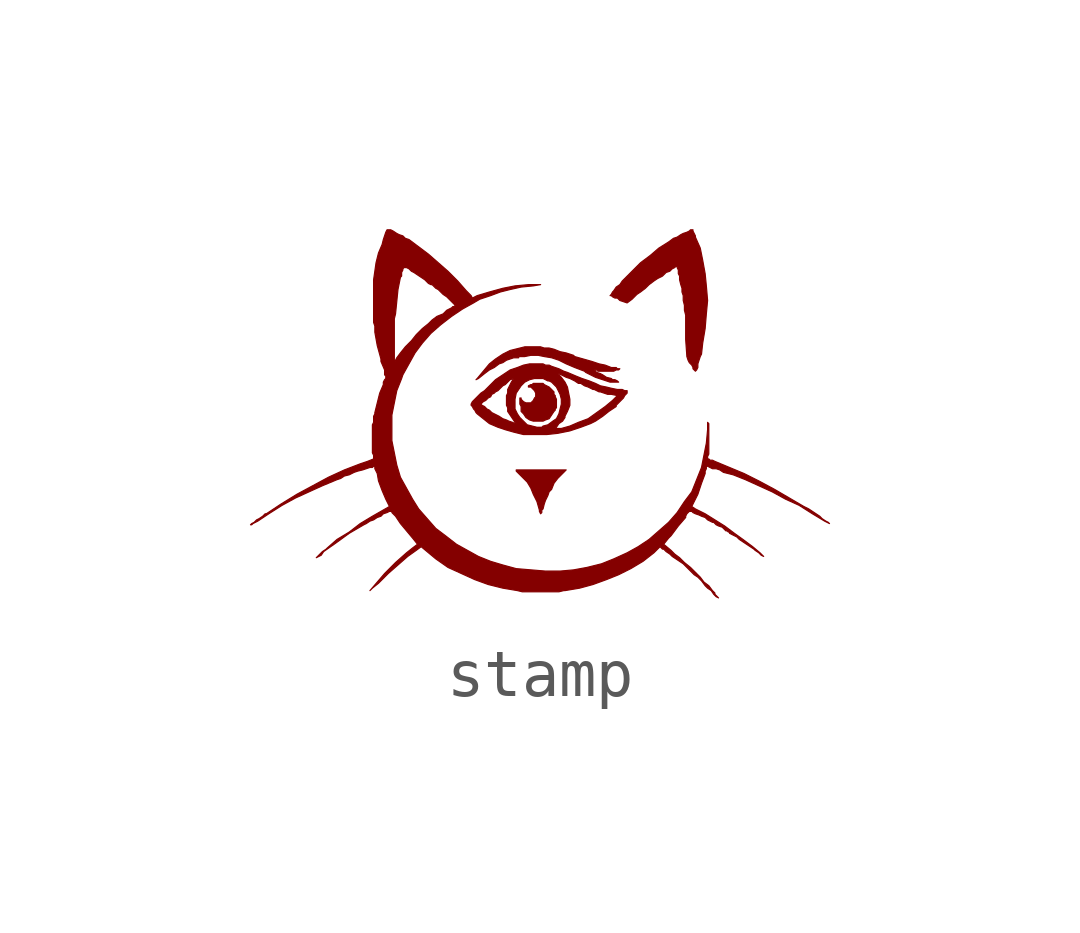
<source format=kicad_sym>
(kicad_symbol_lib
  (version 20231120)
  (generator "kicad_symbol_editor")
  (generator_version "8.0")
  (symbol "stamp"
    (pin_names
      (offset 1.016))
    (property "Reference" "G1"
      (at 0 -3.099 0)
      (effects (font (size 1.524 1.524)) (hide yes)))
    (symbol "stamp_0_0"
      (polyline (pts (xy 0.025 -2.032) (xy 0.025 -1.981) (xy 0.051 -1.956) (xy 0.076 -1.854) (xy 0.102 -1.778) (xy 0.152 -1.676) (xy 0.178 -1.6) (xy 0.229 -1.549) (xy 0.279 -1.422) (xy 0.356 -1.321) (xy 0.533 -1.143) (xy -0.508 -1.143) (xy -0.508 -1.168) (xy -0.279 -1.397) (xy -0.203 -1.524) (xy -0.152 -1.651) (xy -0.076 -1.803) (xy -0.025 -1.981) (xy -0.025 -2.007) (xy 0 -2.057) (xy 0.025 -2.032)) (stroke (width 0.025) (type solid)) (fill (type outline)))
      (polyline (pts (xy 0.102 -0.102) (xy 0.178 -0.076) (xy 0.279 0.076) (xy 0.305 0.102) (xy 0.305 0.127) (xy 0.33 0.152) (xy 0.33 0.33) (xy 0.305 0.381) (xy 0.305 0.406) (xy 0.279 0.432) (xy 0.279 0.483) (xy 0.178 0.584) (xy 0.076 0.635) (xy 0.051 0.66) (xy -0.152 0.66) (xy -0.178 0.635) (xy -0.203 0.635) (xy -0.254 0.61) (xy -0.254 0.584) (xy -0.203 0.584) (xy -0.127 0.508) (xy -0.102 0.457) (xy -0.102 0.381) (xy -0.127 0.356) (xy -0.152 0.305) (xy -0.203 0.254) (xy -0.305 0.254) (xy -0.356 0.279) (xy -0.406 0.33) (xy -0.406 0.356) (xy -0.432 0.356) (xy -0.432 0.229) (xy -0.406 0.178) (xy -0.406 0.076) (xy -0.356 0.025) (xy -0.305 -0.051) (xy -0.229 -0.102) (xy -0.152 -0.127) (xy 0.051 -0.127) (xy 0.102 -0.102)) (stroke (width 0.025) (type solid)) (fill (type outline)))
      (polyline (pts (xy -1.295 0.762) (xy -1.168 0.864) (xy -1.067 0.94) (xy -0.965 0.991) (xy -0.864 1.067) (xy -0.787 1.092) (xy -0.711 1.143) (xy -0.559 1.194) (xy -0.457 1.194) (xy -0.457 1.219) (xy -0.33 1.219) (xy -0.203 1.245) (xy -0.051 1.245) (xy 0.076 1.219) (xy 0.229 1.194) (xy 0.381 1.143) (xy 0.533 1.067) (xy 0.711 0.991) (xy 0.914 0.914) (xy 0.94 0.889) (xy 1.143 0.787) (xy 1.448 0.686) (xy 1.626 0.686) (xy 1.6 0.711) (xy 1.549 0.737) (xy 1.499 0.737) (xy 1.473 0.762) (xy 1.372 0.787) (xy 1.295 0.838) (xy 1.245 0.864) (xy 1.168 0.889) (xy 1.118 0.94) (xy 1.168 0.94) (xy 1.194 0.914) (xy 1.524 0.914) (xy 1.575 0.94) (xy 1.626 0.94) (xy 1.651 0.965) (xy 1.6 0.965) (xy 1.575 0.991) (xy 1.473 0.991) (xy 1.346 1.041) (xy 1.219 1.067) (xy 1.067 1.118) (xy 0.711 1.219) (xy 0.686 1.245) (xy 0.533 1.295) (xy 0.406 1.321) (xy 0.279 1.372) (xy 0.178 1.397) (xy 0.076 1.397) (xy 0 1.422) (xy -0.33 1.422) (xy -0.635 1.346) (xy -0.787 1.27) (xy -0.94 1.168) (xy -1.067 1.067) (xy -1.321 0.762) (xy -1.346 0.737) (xy -1.295 0.762)) (stroke (width 0.025) (type solid)) (fill (type outline)))
      (polyline (pts (xy 3.251 0.94) (xy 3.277 0.991) (xy 3.277 1.067) (xy 3.327 1.219) (xy 3.353 1.27) (xy 3.378 1.499) (xy 3.429 1.803) (xy 3.454 2.108) (xy 3.48 2.388) (xy 3.454 2.692) (xy 3.429 2.946) (xy 3.378 3.226) (xy 3.327 3.48) (xy 3.226 3.708) (xy 3.226 3.734) (xy 3.175 3.835) (xy 3.175 3.861) (xy 3.124 3.861) (xy 3.099 3.835) (xy 3.048 3.81) (xy 2.972 3.785) (xy 2.921 3.759) (xy 2.845 3.708) (xy 2.769 3.683) (xy 2.667 3.607) (xy 2.464 3.48) (xy 2.286 3.327) (xy 2.083 3.175) (xy 1.702 2.794) (xy 1.651 2.718) (xy 1.575 2.667) (xy 1.524 2.591) (xy 1.499 2.565) (xy 1.473 2.515) (xy 1.448 2.489) (xy 1.473 2.489) (xy 1.499 2.464) (xy 1.549 2.438) (xy 1.6 2.438) (xy 1.651 2.388) (xy 1.803 2.337) (xy 1.905 2.413) (xy 2.007 2.515) (xy 2.083 2.565) (xy 2.184 2.642) (xy 2.261 2.718) (xy 2.362 2.794) (xy 2.438 2.845) (xy 2.54 2.896) (xy 2.616 2.972) (xy 2.692 2.997) (xy 2.743 3.048) (xy 2.794 3.073) (xy 2.819 3.099) (xy 2.845 3.099) (xy 2.845 3.073) (xy 2.87 3.023) (xy 2.87 2.946) (xy 2.896 2.896) (xy 2.896 2.819) (xy 2.921 2.718) (xy 2.946 2.642) (xy 2.946 2.565) (xy 2.972 2.489) (xy 2.972 2.388) (xy 2.997 2.286) (xy 2.997 2.184) (xy 3.023 2.083) (xy 3.023 1.575) (xy 3.048 1.219) (xy 3.073 1.143) (xy 3.099 1.092) (xy 3.15 1.041) (xy 3.175 0.991) (xy 3.175 0.965) (xy 3.226 0.914) (xy 3.251 0.94)) (stroke (width 0.025) (type solid)) (fill (type outline)))
      (polyline (pts (xy 0.356 -0.381) (xy 0.61 -0.33) (xy 0.838 -0.254) (xy 1.041 -0.178) (xy 1.143 -0.127) (xy 1.295 -0.025) (xy 1.422 0.076) (xy 1.575 0.178) (xy 1.575 0.203) (xy 1.727 0.356) (xy 1.753 0.406) (xy 1.803 0.457) (xy 1.803 0.508) (xy 1.753 0.508) (xy 1.702 0.533) (xy 1.6 0.533) (xy 1.473 0.559) (xy 1.372 0.584) (xy 1.245 0.61) (xy 1.143 0.66) (xy 1.016 0.711) (xy 0.864 0.762) (xy 0.737 0.813) (xy 0.559 0.889) (xy 0.483 0.914) (xy 0.381 0.965) (xy 0.229 1.016) (xy 0.178 1.041) (xy 0.102 1.041) (xy 0.051 1.067) (xy -0.229 1.067) (xy -0.356 1.041) (xy -0.483 0.991) (xy -0.635 0.94) (xy -0.94 0.737) (xy -1.168 0.508) (xy -1.245 0.457) (xy -1.422 0.279) (xy -1.448 0.229) (xy -1.245 0.229) (xy -1.194 0.279) (xy -1.143 0.305) (xy -1.092 0.356) (xy -1.041 0.381) (xy -1.016 0.432) (xy -0.965 0.457) (xy -0.94 0.483) (xy -0.889 0.508) (xy -0.787 0.61) (xy -0.737 0.635) (xy -0.635 0.737) (xy -0.559 0.762) (xy -0.61 0.686) (xy -0.686 0.533) (xy -0.686 0.457) (xy -0.711 0.406) (xy -0.711 0.203) (xy -0.686 0.152) (xy -0.686 0.127) (xy -0.533 0.127) (xy -0.533 0.33) (xy -0.508 0.457) (xy -0.406 0.61) (xy -0.33 0.686) (xy -0.229 0.737) (xy -0.127 0.762) (xy 0.051 0.762) (xy 0.152 0.711) (xy 0.178 0.711) (xy 0.229 0.686) (xy 0.33 0.584) (xy 0.406 0.432) (xy 0.432 0.33) (xy 0.432 0.229) (xy 0.381 0.025) (xy 0.33 -0.076) (xy 0.254 -0.127) (xy 0.152 -0.203) (xy 0.051 -0.229) (xy 0.025 -0.254) (xy -0.076 -0.254) (xy -0.279 -0.203) (xy -0.432 -0.051) (xy -0.483 0.025) (xy -0.533 0.127) (xy -0.686 0.127) (xy -0.686 0.076) (xy -0.533 -0.152) (xy -0.508 -0.178) (xy -0.533 -0.178) (xy -0.584 -0.152) (xy -0.66 -0.127) (xy -0.711 -0.102) (xy -0.787 -0.076) (xy -0.864 -0.025) (xy -1.016 0.051) (xy -1.067 0.102) (xy -1.118 0.127) (xy -1.168 0.178) (xy -1.219 0.203) (xy -1.245 0.229) (xy -1.448 0.229) (xy -1.448 0.203) (xy -1.422 0.178) (xy -1.397 0.127) (xy -1.372 0.102) (xy -1.346 0.051) (xy -1.321 0.025) (xy -1.067 -0.178) (xy -0.889 -0.254) (xy -0.813 -0.279) (xy 0.305 -0.279) (xy 0.33 -0.254) (xy 0.381 -0.178) (xy 0.457 -0.127) (xy 0.508 -0.051) (xy 0.508 -0.025) (xy 0.559 0.076) (xy 0.61 0.203) (xy 0.61 0.33) (xy 0.559 0.584) (xy 0.508 0.686) (xy 0.432 0.787) (xy 0.381 0.838) (xy 0.381 0.864) (xy 0.533 0.787) (xy 0.61 0.762) (xy 0.711 0.711) (xy 0.787 0.66) (xy 0.838 0.66) (xy 0.914 0.61) (xy 0.991 0.584) (xy 1.092 0.533) (xy 1.118 0.533) (xy 1.219 0.483) (xy 1.245 0.483) (xy 1.397 0.432) (xy 1.473 0.432) (xy 1.6 0.406) (xy 1.499 0.305) (xy 1.346 0.178) (xy 0.991 -0.076) (xy 0.787 -0.152) (xy 0.61 -0.229) (xy 0.432 -0.279) (xy 0.305 -0.279) (xy -0.813 -0.279) (xy -0.737 -0.305) (xy -0.559 -0.356) (xy -0.356 -0.406) (xy 0.127 -0.406) (xy 0.356 -0.381)) (stroke (width 0.025) (type solid)) (fill (type outline)))
      (polyline (pts (xy -3.505 -3.607) (xy -3.378 -3.505) (xy -3.175 -3.302) (xy -2.769 -2.946) (xy -2.591 -2.819) (xy -2.489 -2.743) (xy -2.184 -2.997) (xy -1.93 -3.175) (xy -1.372 -3.429) (xy -1.092 -3.531) (xy -0.787 -3.607) (xy -0.483 -3.658) (xy -0.381 -3.683) (xy 0.381 -3.683) (xy 0.483 -3.658) (xy 0.508 -3.658) (xy 0.813 -3.607) (xy 1.092 -3.531) (xy 1.372 -3.429) (xy 1.626 -3.327) (xy 1.88 -3.2) (xy 2.134 -3.048) (xy 2.362 -2.87) (xy 2.489 -2.743) (xy 2.54 -2.794) (xy 2.565 -2.794) (xy 2.616 -2.845) (xy 2.692 -2.896) (xy 2.743 -2.946) (xy 2.972 -3.099) (xy 3.2 -3.327) (xy 3.277 -3.378) (xy 3.353 -3.454) (xy 3.429 -3.556) (xy 3.48 -3.607) (xy 3.556 -3.658) (xy 3.607 -3.734) (xy 3.658 -3.785) (xy 3.708 -3.81) (xy 3.632 -3.734) (xy 3.632 -3.708) (xy 3.581 -3.658) (xy 3.505 -3.556) (xy 3.404 -3.48) (xy 3.327 -3.378) (xy 3.124 -3.175) (xy 2.997 -3.073) (xy 2.896 -2.972) (xy 2.794 -2.896) (xy 2.718 -2.819) (xy 2.565 -2.692) (xy 2.667 -2.565) (xy 2.718 -2.515) (xy 2.87 -2.311) (xy 3.023 -2.134) (xy 3.023 -2.108) (xy 3.048 -2.057) (xy 3.099 -2.007) (xy 3.15 -2.007) (xy 3.175 -2.032) (xy 3.226 -2.057) (xy 3.302 -2.083) (xy 3.353 -2.108) (xy 3.429 -2.134) (xy 3.48 -2.184) (xy 3.581 -2.235) (xy 3.607 -2.235) (xy 3.658 -2.286) (xy 3.708 -2.311) (xy 3.785 -2.337) (xy 3.861 -2.413) (xy 3.886 -2.413) (xy 3.912 -2.438) (xy 3.937 -2.438) (xy 3.937 -2.464) (xy 4.089 -2.54) (xy 4.14 -2.591) (xy 4.445 -2.794) (xy 4.47 -2.819) (xy 4.547 -2.87) (xy 4.597 -2.921) (xy 4.648 -2.946) (xy 4.572 -2.87) (xy 4.42 -2.743) (xy 4.216 -2.591) (xy 4.039 -2.464) (xy 3.835 -2.311) (xy 3.429 -2.057) (xy 3.226 -1.956) (xy 3.15 -1.905) (xy 3.277 -1.651) (xy 3.353 -1.422) (xy 3.429 -1.219) (xy 3.429 -1.168) (xy 3.454 -1.118) (xy 3.454 -1.067) (xy 3.48 -1.067) (xy 3.581 -1.118) (xy 3.658 -1.118) (xy 3.734 -1.143) (xy 3.81 -1.194) (xy 4.013 -1.245) (xy 4.267 -1.346) (xy 4.826 -1.6) (xy 5.105 -1.753) (xy 5.385 -1.88) (xy 5.664 -2.057) (xy 5.918 -2.21) (xy 6.02 -2.261) (xy 5.994 -2.235) (xy 5.944 -2.21) (xy 5.867 -2.159) (xy 5.817 -2.108) (xy 5.588 -1.956) (xy 5.486 -1.905) (xy 4.877 -1.549) (xy 4.547 -1.372) (xy 4.242 -1.219) (xy 3.632 -0.965) (xy 3.581 -0.94) (xy 3.531 -0.94) (xy 3.505 -0.914) (xy 3.48 -0.914) (xy 3.48 -0.864) (xy 3.505 -0.813) (xy 3.505 -0.178) (xy 3.48 -0.152) (xy 3.48 -0.305) (xy 3.454 -0.584) (xy 3.353 -1.092) (xy 3.15 -1.6) (xy 2.997 -1.803) (xy 2.845 -2.032) (xy 2.667 -2.235) (xy 2.261 -2.591) (xy 2.032 -2.743) (xy 1.803 -2.87) (xy 1.524 -2.997) (xy 1.27 -3.099) (xy 0.965 -3.175) (xy 0.686 -3.226) (xy 0.406 -3.251) (xy 0.102 -3.251) (xy -0.508 -3.2) (xy -0.787 -3.124) (xy -1.041 -3.048) (xy -1.295 -2.946) (xy -1.753 -2.692) (xy -1.981 -2.515) (xy -2.184 -2.362) (xy -2.54 -1.956) (xy -2.667 -1.753) (xy -2.921 -1.295) (xy -2.997 -1.041) (xy -3.099 -0.533) (xy -3.099 0) (xy -2.997 0.508) (xy -2.896 0.762) (xy -2.87 0.838) (xy -2.616 1.295) (xy -2.464 1.499) (xy -2.286 1.702) (xy -2.083 1.88) (xy -1.854 2.057) (xy -1.626 2.21) (xy -1.397 2.337) (xy -1.27 2.413) (xy -1.041 2.489) (xy -0.838 2.565) (xy -0.635 2.616) (xy -0.406 2.667) (xy -0.152 2.692) (xy 0 2.718) (xy -0.254 2.718) (xy -0.533 2.692) (xy -0.787 2.642) (xy -1.067 2.565) (xy -1.321 2.489) (xy -1.422 2.438) (xy -1.448 2.489) (xy -1.549 2.591) (xy -1.727 2.794) (xy -1.93 2.997) (xy -2.337 3.353) (xy -2.743 3.658) (xy -2.819 3.683) (xy -2.87 3.734) (xy -2.946 3.759) (xy -2.997 3.785) (xy -3.073 3.835) (xy -3.124 3.861) (xy -3.2 3.861) (xy -3.226 3.81) (xy -3.277 3.658) (xy -3.302 3.556) (xy -3.378 3.378) (xy -3.429 3.175) (xy -3.48 2.819) (xy -3.48 1.93) (xy -3.454 1.854) (xy -3.454 1.727) (xy -3.404 1.448) (xy -3.327 1.168) (xy -3.327 1.118) (xy -3.048 1.118) (xy -3.048 2.007) (xy -3.023 2.108) (xy -2.972 2.616) (xy -2.921 2.87) (xy -2.896 2.896) (xy -2.896 2.972) (xy -2.87 3.023) (xy -2.87 3.048) (xy -2.845 3.073) (xy -2.794 3.073) (xy -2.743 3.048) (xy -2.692 2.997) (xy -2.642 2.972) (xy -2.413 2.819) (xy -2.337 2.743) (xy -2.286 2.718) (xy -2.261 2.718) (xy -2.184 2.642) (xy -2.134 2.616) (xy -2.032 2.515) (xy -1.956 2.464) (xy -1.778 2.286) (xy -1.803 2.261) (xy -1.829 2.261) (xy -1.854 2.235) (xy -1.956 2.184) (xy -2.032 2.108) (xy -2.159 2.057) (xy -2.261 1.981) (xy -2.337 1.905) (xy -2.464 1.803) (xy -2.591 1.676) (xy -2.692 1.549) (xy -2.819 1.422) (xy -2.921 1.295) (xy -2.997 1.194) (xy -3.023 1.143) (xy -3.023 1.118) (xy -3.048 1.118) (xy -3.327 1.118) (xy -3.251 0.94) (xy -3.251 0.838) (xy -3.226 0.813) (xy -3.226 0.762) (xy -3.251 0.737) (xy -3.277 0.686) (xy -3.277 0.635) (xy -3.353 0.457) (xy -3.454 0.051) (xy -3.454 0.025) (xy -3.48 -0.025) (xy -3.48 -0.152) (xy -3.505 -0.203) (xy -3.505 -0.787) (xy -3.48 -0.838) (xy -3.48 -0.914) (xy -3.607 -0.965) (xy -3.759 -1.016) (xy -4.089 -1.143) (xy -4.42 -1.295) (xy -5.08 -1.651) (xy -5.41 -1.854) (xy -5.715 -2.057) (xy -5.74 -2.057) (xy -5.791 -2.108) (xy -5.867 -2.159) (xy -5.918 -2.184) (xy -5.969 -2.235) (xy -6.02 -2.261) (xy -6.045 -2.286) (xy -6.02 -2.286) (xy -5.994 -2.261) (xy -5.893 -2.21) (xy -5.664 -2.057) (xy -5.385 -1.88) (xy -5.105 -1.727) (xy -4.547 -1.473) (xy -4.242 -1.346) (xy -4.166 -1.321) (xy -4.089 -1.27) (xy -3.988 -1.245) (xy -3.886 -1.194) (xy -3.81 -1.168) (xy -3.708 -1.143) (xy -3.556 -1.092) (xy -3.505 -1.092) (xy -3.48 -1.067) (xy -3.454 -1.067) (xy -3.454 -1.118) (xy -3.404 -1.219) (xy -3.378 -1.372) (xy -3.302 -1.575) (xy -3.226 -1.753) (xy -3.15 -1.905) (xy -3.505 -2.108) (xy -3.759 -2.261) (xy -3.988 -2.438) (xy -4.242 -2.591) (xy -4.445 -2.769) (xy -4.47 -2.794) (xy -4.547 -2.845) (xy -4.674 -2.972) (xy -4.572 -2.921) (xy -4.521 -2.845) (xy -4.267 -2.667) (xy -3.988 -2.464) (xy -3.683 -2.286) (xy -3.632 -2.261) (xy -3.556 -2.21) (xy -3.48 -2.184) (xy -3.404 -2.134) (xy -3.327 -2.108) (xy -3.277 -2.057) (xy -3.2 -2.032) (xy -3.15 -2.007) (xy -3.099 -2.007) (xy -3.099 -2.032) (xy -3.023 -2.108) (xy -2.921 -2.261) (xy -2.667 -2.565) (xy -2.565 -2.692) (xy -2.667 -2.769) (xy -2.794 -2.87) (xy -3.023 -3.073) (xy -3.251 -3.302) (xy -3.556 -3.658) (xy -3.505 -3.607)) (stroke (width 0.025) (type solid)) (fill (type outline))))))
</source>
